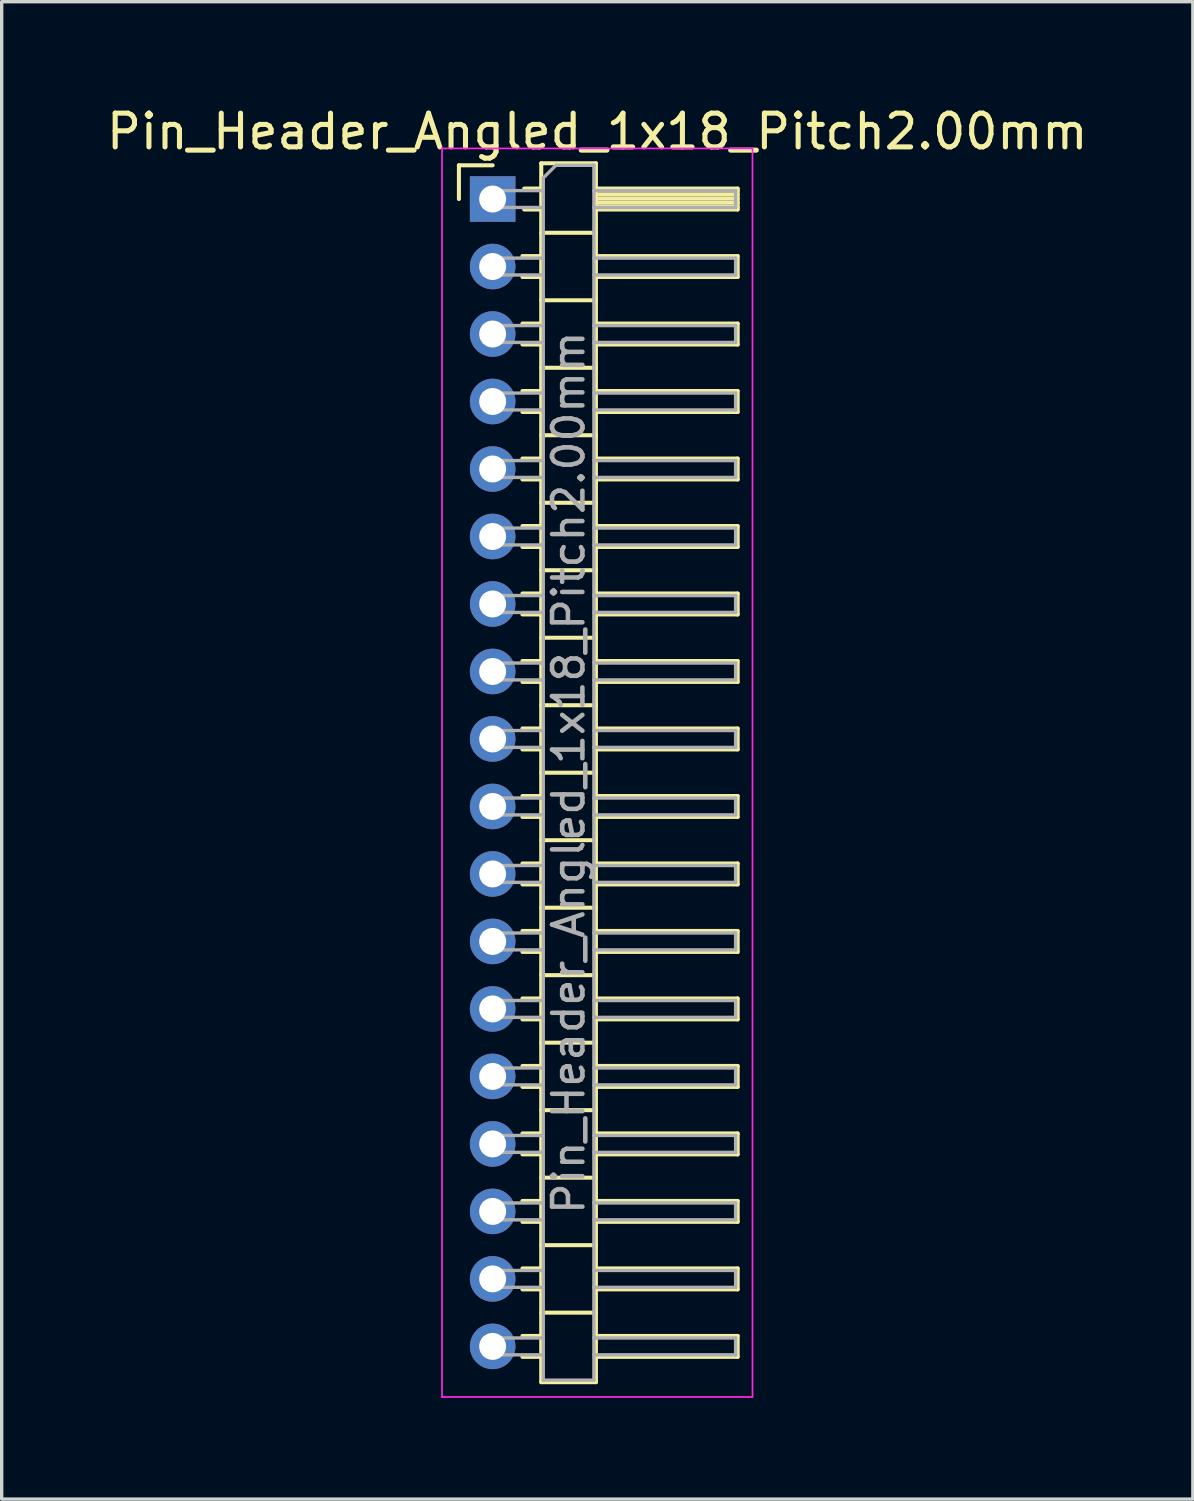
<source format=kicad_pcb>
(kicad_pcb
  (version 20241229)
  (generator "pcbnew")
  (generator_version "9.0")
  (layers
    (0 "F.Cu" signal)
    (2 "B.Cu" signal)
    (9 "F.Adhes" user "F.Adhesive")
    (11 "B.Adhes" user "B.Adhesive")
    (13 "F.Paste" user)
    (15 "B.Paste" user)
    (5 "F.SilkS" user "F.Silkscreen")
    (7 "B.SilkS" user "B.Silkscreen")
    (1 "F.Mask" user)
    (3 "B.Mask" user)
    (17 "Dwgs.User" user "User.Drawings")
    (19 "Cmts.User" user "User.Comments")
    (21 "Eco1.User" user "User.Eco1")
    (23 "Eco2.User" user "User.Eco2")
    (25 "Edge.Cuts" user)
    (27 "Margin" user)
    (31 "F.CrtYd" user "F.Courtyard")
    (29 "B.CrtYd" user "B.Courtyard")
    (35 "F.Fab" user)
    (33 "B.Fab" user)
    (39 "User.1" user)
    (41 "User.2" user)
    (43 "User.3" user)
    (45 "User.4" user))
  (footprint "Pin_Header_Angled_1x18_Pitch2.00mm"
    (layer "F.Cu")
    (at 11.549 2.848)
    (property "Reference" "Pin_Header_Angled_1x18_Pitch2.00mm" (at 3.1 -2 0) (layer "F.SilkS") (effects (font (size 1 1) (thickness 0.15))))
    (attr through_hole)
    (fp_line (start -1 -1) (end 0 -1) (stroke (width 0.12) (type solid)) (layer "F.SilkS"))
    (fp_line (start -1 0) (end -1 -1) (stroke (width 0.12) (type solid)) (layer "F.SilkS"))
    (fp_line (start 0.882 1.69) (end 1.44 1.69) (stroke (width 0.12) (type solid)) (layer "F.SilkS"))
    (fp_line (start 0.882 2.31) (end 1.44 2.31) (stroke (width 0.12) (type solid)) (layer "F.SilkS"))
    (fp_line (start 0.882 3.69) (end 1.44 3.69) (stroke (width 0.12) (type solid)) (layer "F.SilkS"))
    (fp_line (start 0.882 4.31) (end 1.44 4.31) (stroke (width 0.12) (type solid)) (layer "F.SilkS"))
    (fp_line (start 0.882 5.69) (end 1.44 5.69) (stroke (width 0.12) (type solid)) (layer "F.SilkS"))
    (fp_line (start 0.882 6.31) (end 1.44 6.31) (stroke (width 0.12) (type solid)) (layer "F.SilkS"))
    (fp_line (start 0.882 7.69) (end 1.44 7.69) (stroke (width 0.12) (type solid)) (layer "F.SilkS"))
    (fp_line (start 0.882 8.31) (end 1.44 8.31) (stroke (width 0.12) (type solid)) (layer "F.SilkS"))
    (fp_line (start 0.882 9.69) (end 1.44 9.69) (stroke (width 0.12) (type solid)) (layer "F.SilkS"))
    (fp_line (start 0.882 10.31) (end 1.44 10.31) (stroke (width 0.12) (type solid)) (layer "F.SilkS"))
    (fp_line (start 0.882 11.69) (end 1.44 11.69) (stroke (width 0.12) (type solid)) (layer "F.SilkS"))
    (fp_line (start 0.882 12.31) (end 1.44 12.31) (stroke (width 0.12) (type solid)) (layer "F.SilkS"))
    (fp_line (start 0.882 13.69) (end 1.44 13.69) (stroke (width 0.12) (type solid)) (layer "F.SilkS"))
    (fp_line (start 0.882 14.31) (end 1.44 14.31) (stroke (width 0.12) (type solid)) (layer "F.SilkS"))
    (fp_line (start 0.882 15.69) (end 1.44 15.69) (stroke (width 0.12) (type solid)) (layer "F.SilkS"))
    (fp_line (start 0.882 16.31) (end 1.44 16.31) (stroke (width 0.12) (type solid)) (layer "F.SilkS"))
    (fp_line (start 0.882 17.69) (end 1.44 17.69) (stroke (width 0.12) (type solid)) (layer "F.SilkS"))
    (fp_line (start 0.882 18.31) (end 1.44 18.31) (stroke (width 0.12) (type solid)) (layer "F.SilkS"))
    (fp_line (start 0.882 19.69) (end 1.44 19.69) (stroke (width 0.12) (type solid)) (layer "F.SilkS"))
    (fp_line (start 0.882 20.31) (end 1.44 20.31) (stroke (width 0.12) (type solid)) (layer "F.SilkS"))
    (fp_line (start 0.882 21.69) (end 1.44 21.69) (stroke (width 0.12) (type solid)) (layer "F.SilkS"))
    (fp_line (start 0.882 22.31) (end 1.44 22.31) (stroke (width 0.12) (type solid)) (layer "F.SilkS"))
    (fp_line (start 0.882 23.69) (end 1.44 23.69) (stroke (width 0.12) (type solid)) (layer "F.SilkS"))
    (fp_line (start 0.882 24.31) (end 1.44 24.31) (stroke (width 0.12) (type solid)) (layer "F.SilkS"))
    (fp_line (start 0.882 25.69) (end 1.44 25.69) (stroke (width 0.12) (type solid)) (layer "F.SilkS"))
    (fp_line (start 0.882 26.31) (end 1.44 26.31) (stroke (width 0.12) (type solid)) (layer "F.SilkS"))
    (fp_line (start 0.882 27.69) (end 1.44 27.69) (stroke (width 0.12) (type solid)) (layer "F.SilkS"))
    (fp_line (start 0.882 28.31) (end 1.44 28.31) (stroke (width 0.12) (type solid)) (layer "F.SilkS"))
    (fp_line (start 0.882 29.69) (end 1.44 29.69) (stroke (width 0.12) (type solid)) (layer "F.SilkS"))
    (fp_line (start 0.882 30.31) (end 1.44 30.31) (stroke (width 0.12) (type solid)) (layer "F.SilkS"))
    (fp_line (start 0.882 31.69) (end 1.44 31.69) (stroke (width 0.12) (type solid)) (layer "F.SilkS"))
    (fp_line (start 0.882 32.31) (end 1.44 32.31) (stroke (width 0.12) (type solid)) (layer "F.SilkS"))
    (fp_line (start 0.882 33.69) (end 1.44 33.69) (stroke (width 0.12) (type solid)) (layer "F.SilkS"))
    (fp_line (start 0.882 34.31) (end 1.44 34.31) (stroke (width 0.12) (type solid)) (layer "F.SilkS"))
    (fp_line (start 0.935 -0.31) (end 1.44 -0.31) (stroke (width 0.12) (type solid)) (layer "F.SilkS"))
    (fp_line (start 0.935 0.31) (end 1.44 0.31) (stroke (width 0.12) (type solid)) (layer "F.SilkS"))
    (fp_line (start 1.44 -1.06) (end 1.44 35.06) (stroke (width 0.12) (type solid)) (layer "F.SilkS"))
    (fp_line (start 1.44 1) (end 3.06 1) (stroke (width 0.12) (type solid)) (layer "F.SilkS"))
    (fp_line (start 1.44 3) (end 3.06 3) (stroke (width 0.12) (type solid)) (layer "F.SilkS"))
    (fp_line (start 1.44 5) (end 3.06 5) (stroke (width 0.12) (type solid)) (layer "F.SilkS"))
    (fp_line (start 1.44 7) (end 3.06 7) (stroke (width 0.12) (type solid)) (layer "F.SilkS"))
    (fp_line (start 1.44 9) (end 3.06 9) (stroke (width 0.12) (type solid)) (layer "F.SilkS"))
    (fp_line (start 1.44 11) (end 3.06 11) (stroke (width 0.12) (type solid)) (layer "F.SilkS"))
    (fp_line (start 1.44 13) (end 3.06 13) (stroke (width 0.12) (type solid)) (layer "F.SilkS"))
    (fp_line (start 1.44 15) (end 3.06 15) (stroke (width 0.12) (type solid)) (layer "F.SilkS"))
    (fp_line (start 1.44 17) (end 3.06 17) (stroke (width 0.12) (type solid)) (layer "F.SilkS"))
    (fp_line (start 1.44 19) (end 3.06 19) (stroke (width 0.12) (type solid)) (layer "F.SilkS"))
    (fp_line (start 1.44 21) (end 3.06 21) (stroke (width 0.12) (type solid)) (layer "F.SilkS"))
    (fp_line (start 1.44 23) (end 3.06 23) (stroke (width 0.12) (type solid)) (layer "F.SilkS"))
    (fp_line (start 1.44 25) (end 3.06 25) (stroke (width 0.12) (type solid)) (layer "F.SilkS"))
    (fp_line (start 1.44 27) (end 3.06 27) (stroke (width 0.12) (type solid)) (layer "F.SilkS"))
    (fp_line (start 1.44 29) (end 3.06 29) (stroke (width 0.12) (type solid)) (layer "F.SilkS"))
    (fp_line (start 1.44 31) (end 3.06 31) (stroke (width 0.12) (type solid)) (layer "F.SilkS"))
    (fp_line (start 1.44 33) (end 3.06 33) (stroke (width 0.12) (type solid)) (layer "F.SilkS"))
    (fp_line (start 1.44 35.06) (end 3.06 35.06) (stroke (width 0.12) (type solid)) (layer "F.SilkS"))
    (fp_line (start 3.06 -1.06) (end 1.44 -1.06) (stroke (width 0.12) (type solid)) (layer "F.SilkS"))
    (fp_line (start 3.06 -0.31) (end 7.26 -0.31) (stroke (width 0.12) (type solid)) (layer "F.SilkS"))
    (fp_line (start 3.06 -0.25) (end 7.26 -0.25) (stroke (width 0.12) (type solid)) (layer "F.SilkS"))
    (fp_line (start 3.06 -0.13) (end 7.26 -0.13) (stroke (width 0.12) (type solid)) (layer "F.SilkS"))
    (fp_line (start 3.06 -0.01) (end 7.26 -0.01) (stroke (width 0.12) (type solid)) (layer "F.SilkS"))
    (fp_line (start 3.06 0.11) (end 7.26 0.11) (stroke (width 0.12) (type solid)) (layer "F.SilkS"))
    (fp_line (start 3.06 0.23) (end 7.26 0.23) (stroke (width 0.12) (type solid)) (layer "F.SilkS"))
    (fp_line (start 3.06 1.69) (end 7.26 1.69) (stroke (width 0.12) (type solid)) (layer "F.SilkS"))
    (fp_line (start 3.06 3.69) (end 7.26 3.69) (stroke (width 0.12) (type solid)) (layer "F.SilkS"))
    (fp_line (start 3.06 5.69) (end 7.26 5.69) (stroke (width 0.12) (type solid)) (layer "F.SilkS"))
    (fp_line (start 3.06 7.69) (end 7.26 7.69) (stroke (width 0.12) (type solid)) (layer "F.SilkS"))
    (fp_line (start 3.06 9.69) (end 7.26 9.69) (stroke (width 0.12) (type solid)) (layer "F.SilkS"))
    (fp_line (start 3.06 11.69) (end 7.26 11.69) (stroke (width 0.12) (type solid)) (layer "F.SilkS"))
    (fp_line (start 3.06 13.69) (end 7.26 13.69) (stroke (width 0.12) (type solid)) (layer "F.SilkS"))
    (fp_line (start 3.06 15.69) (end 7.26 15.69) (stroke (width 0.12) (type solid)) (layer "F.SilkS"))
    (fp_line (start 3.06 17.69) (end 7.26 17.69) (stroke (width 0.12) (type solid)) (layer "F.SilkS"))
    (fp_line (start 3.06 19.69) (end 7.26 19.69) (stroke (width 0.12) (type solid)) (layer "F.SilkS"))
    (fp_line (start 3.06 21.69) (end 7.26 21.69) (stroke (width 0.12) (type solid)) (layer "F.SilkS"))
    (fp_line (start 3.06 23.69) (end 7.26 23.69) (stroke (width 0.12) (type solid)) (layer "F.SilkS"))
    (fp_line (start 3.06 25.69) (end 7.26 25.69) (stroke (width 0.12) (type solid)) (layer "F.SilkS"))
    (fp_line (start 3.06 27.69) (end 7.26 27.69) (stroke (width 0.12) (type solid)) (layer "F.SilkS"))
    (fp_line (start 3.06 29.69) (end 7.26 29.69) (stroke (width 0.12) (type solid)) (layer "F.SilkS"))
    (fp_line (start 3.06 31.69) (end 7.26 31.69) (stroke (width 0.12) (type solid)) (layer "F.SilkS"))
    (fp_line (start 3.06 33.69) (end 7.26 33.69) (stroke (width 0.12) (type solid)) (layer "F.SilkS"))
    (fp_line (start 3.06 35.06) (end 3.06 -1.06) (stroke (width 0.12) (type solid)) (layer "F.SilkS"))
    (fp_line (start 7.26 -0.31) (end 7.26 0.31) (stroke (width 0.12) (type solid)) (layer "F.SilkS"))
    (fp_line (start 7.26 0.31) (end 3.06 0.31) (stroke (width 0.12) (type solid)) (layer "F.SilkS"))
    (fp_line (start 7.26 1.69) (end 7.26 2.31) (stroke (width 0.12) (type solid)) (layer "F.SilkS"))
    (fp_line (start 7.26 2.31) (end 3.06 2.31) (stroke (width 0.12) (type solid)) (layer "F.SilkS"))
    (fp_line (start 7.26 3.69) (end 7.26 4.31) (stroke (width 0.12) (type solid)) (layer "F.SilkS"))
    (fp_line (start 7.26 4.31) (end 3.06 4.31) (stroke (width 0.12) (type solid)) (layer "F.SilkS"))
    (fp_line (start 7.26 5.69) (end 7.26 6.31) (stroke (width 0.12) (type solid)) (layer "F.SilkS"))
    (fp_line (start 7.26 6.31) (end 3.06 6.31) (stroke (width 0.12) (type solid)) (layer "F.SilkS"))
    (fp_line (start 7.26 7.69) (end 7.26 8.31) (stroke (width 0.12) (type solid)) (layer "F.SilkS"))
    (fp_line (start 7.26 8.31) (end 3.06 8.31) (stroke (width 0.12) (type solid)) (layer "F.SilkS"))
    (fp_line (start 7.26 9.69) (end 7.26 10.31) (stroke (width 0.12) (type solid)) (layer "F.SilkS"))
    (fp_line (start 7.26 10.31) (end 3.06 10.31) (stroke (width 0.12) (type solid)) (layer "F.SilkS"))
    (fp_line (start 7.26 11.69) (end 7.26 12.31) (stroke (width 0.12) (type solid)) (layer "F.SilkS"))
    (fp_line (start 7.26 12.31) (end 3.06 12.31) (stroke (width 0.12) (type solid)) (layer "F.SilkS"))
    (fp_line (start 7.26 13.69) (end 7.26 14.31) (stroke (width 0.12) (type solid)) (layer "F.SilkS"))
    (fp_line (start 7.26 14.31) (end 3.06 14.31) (stroke (width 0.12) (type solid)) (layer "F.SilkS"))
    (fp_line (start 7.26 15.69) (end 7.26 16.31) (stroke (width 0.12) (type solid)) (layer "F.SilkS"))
    (fp_line (start 7.26 16.31) (end 3.06 16.31) (stroke (width 0.12) (type solid)) (layer "F.SilkS"))
    (fp_line (start 7.26 17.69) (end 7.26 18.31) (stroke (width 0.12) (type solid)) (layer "F.SilkS"))
    (fp_line (start 7.26 18.31) (end 3.06 18.31) (stroke (width 0.12) (type solid)) (layer "F.SilkS"))
    (fp_line (start 7.26 19.69) (end 7.26 20.31) (stroke (width 0.12) (type solid)) (layer "F.SilkS"))
    (fp_line (start 7.26 20.31) (end 3.06 20.31) (stroke (width 0.12) (type solid)) (layer "F.SilkS"))
    (fp_line (start 7.26 21.69) (end 7.26 22.31) (stroke (width 0.12) (type solid)) (layer "F.SilkS"))
    (fp_line (start 7.26 22.31) (end 3.06 22.31) (stroke (width 0.12) (type solid)) (layer "F.SilkS"))
    (fp_line (start 7.26 23.69) (end 7.26 24.31) (stroke (width 0.12) (type solid)) (layer "F.SilkS"))
    (fp_line (start 7.26 24.31) (end 3.06 24.31) (stroke (width 0.12) (type solid)) (layer "F.SilkS"))
    (fp_line (start 7.26 25.69) (end 7.26 26.31) (stroke (width 0.12) (type solid)) (layer "F.SilkS"))
    (fp_line (start 7.26 26.31) (end 3.06 26.31) (stroke (width 0.12) (type solid)) (layer "F.SilkS"))
    (fp_line (start 7.26 27.69) (end 7.26 28.31) (stroke (width 0.12) (type solid)) (layer "F.SilkS"))
    (fp_line (start 7.26 28.31) (end 3.06 28.31) (stroke (width 0.12) (type solid)) (layer "F.SilkS"))
    (fp_line (start 7.26 29.69) (end 7.26 30.31) (stroke (width 0.12) (type solid)) (layer "F.SilkS"))
    (fp_line (start 7.26 30.31) (end 3.06 30.31) (stroke (width 0.12) (type solid)) (layer "F.SilkS"))
    (fp_line (start 7.26 31.69) (end 7.26 32.31) (stroke (width 0.12) (type solid)) (layer "F.SilkS"))
    (fp_line (start 7.26 32.31) (end 3.06 32.31) (stroke (width 0.12) (type solid)) (layer "F.SilkS"))
    (fp_line (start 7.26 33.69) (end 7.26 34.31) (stroke (width 0.12) (type solid)) (layer "F.SilkS"))
    (fp_line (start 7.26 34.31) (end 3.06 34.31) (stroke (width 0.12) (type solid)) (layer "F.SilkS"))
    (fp_line (start -1.5 -1.5) (end -1.5 35.5) (stroke (width 0.05) (type solid)) (layer "F.CrtYd"))
    (fp_line (start -1.5 35.5) (end 7.7 35.5) (stroke (width 0.05) (type solid)) (layer "F.CrtYd"))
    (fp_line (start 7.7 -1.5) (end -1.5 -1.5) (stroke (width 0.05) (type solid)) (layer "F.CrtYd"))
    (fp_line (start 7.7 35.5) (end 7.7 -1.5) (stroke (width 0.05) (type solid)) (layer "F.CrtYd"))
    (fp_line (start -0.25 -0.25) (end -0.25 0.25) (stroke (width 0.1) (type solid)) (layer "F.Fab"))
    (fp_line (start -0.25 -0.25) (end 1.5 -0.25) (stroke (width 0.1) (type solid)) (layer "F.Fab"))
    (fp_line (start -0.25 0.25) (end 1.5 0.25) (stroke (width 0.1) (type solid)) (layer "F.Fab"))
    (fp_line (start -0.25 1.75) (end -0.25 2.25) (stroke (width 0.1) (type solid)) (layer "F.Fab"))
    (fp_line (start -0.25 1.75) (end 1.5 1.75) (stroke (width 0.1) (type solid)) (layer "F.Fab"))
    (fp_line (start -0.25 2.25) (end 1.5 2.25) (stroke (width 0.1) (type solid)) (layer "F.Fab"))
    (fp_line (start -0.25 3.75) (end -0.25 4.25) (stroke (width 0.1) (type solid)) (layer "F.Fab"))
    (fp_line (start -0.25 3.75) (end 1.5 3.75) (stroke (width 0.1) (type solid)) (layer "F.Fab"))
    (fp_line (start -0.25 4.25) (end 1.5 4.25) (stroke (width 0.1) (type solid)) (layer "F.Fab"))
    (fp_line (start -0.25 5.75) (end -0.25 6.25) (stroke (width 0.1) (type solid)) (layer "F.Fab"))
    (fp_line (start -0.25 5.75) (end 1.5 5.75) (stroke (width 0.1) (type solid)) (layer "F.Fab"))
    (fp_line (start -0.25 6.25) (end 1.5 6.25) (stroke (width 0.1) (type solid)) (layer "F.Fab"))
    (fp_line (start -0.25 7.75) (end -0.25 8.25) (stroke (width 0.1) (type solid)) (layer "F.Fab"))
    (fp_line (start -0.25 7.75) (end 1.5 7.75) (stroke (width 0.1) (type solid)) (layer "F.Fab"))
    (fp_line (start -0.25 8.25) (end 1.5 8.25) (stroke (width 0.1) (type solid)) (layer "F.Fab"))
    (fp_line (start -0.25 9.75) (end -0.25 10.25) (stroke (width 0.1) (type solid)) (layer "F.Fab"))
    (fp_line (start -0.25 9.75) (end 1.5 9.75) (stroke (width 0.1) (type solid)) (layer "F.Fab"))
    (fp_line (start -0.25 10.25) (end 1.5 10.25) (stroke (width 0.1) (type solid)) (layer "F.Fab"))
    (fp_line (start -0.25 11.75) (end -0.25 12.25) (stroke (width 0.1) (type solid)) (layer "F.Fab"))
    (fp_line (start -0.25 11.75) (end 1.5 11.75) (stroke (width 0.1) (type solid)) (layer "F.Fab"))
    (fp_line (start -0.25 12.25) (end 1.5 12.25) (stroke (width 0.1) (type solid)) (layer "F.Fab"))
    (fp_line (start -0.25 13.75) (end -0.25 14.25) (stroke (width 0.1) (type solid)) (layer "F.Fab"))
    (fp_line (start -0.25 13.75) (end 1.5 13.75) (stroke (width 0.1) (type solid)) (layer "F.Fab"))
    (fp_line (start -0.25 14.25) (end 1.5 14.25) (stroke (width 0.1) (type solid)) (layer "F.Fab"))
    (fp_line (start -0.25 15.75) (end -0.25 16.25) (stroke (width 0.1) (type solid)) (layer "F.Fab"))
    (fp_line (start -0.25 15.75) (end 1.5 15.75) (stroke (width 0.1) (type solid)) (layer "F.Fab"))
    (fp_line (start -0.25 16.25) (end 1.5 16.25) (stroke (width 0.1) (type solid)) (layer "F.Fab"))
    (fp_line (start -0.25 17.75) (end -0.25 18.25) (stroke (width 0.1) (type solid)) (layer "F.Fab"))
    (fp_line (start -0.25 17.75) (end 1.5 17.75) (stroke (width 0.1) (type solid)) (layer "F.Fab"))
    (fp_line (start -0.25 18.25) (end 1.5 18.25) (stroke (width 0.1) (type solid)) (layer "F.Fab"))
    (fp_line (start -0.25 19.75) (end -0.25 20.25) (stroke (width 0.1) (type solid)) (layer "F.Fab"))
    (fp_line (start -0.25 19.75) (end 1.5 19.75) (stroke (width 0.1) (type solid)) (layer "F.Fab"))
    (fp_line (start -0.25 20.25) (end 1.5 20.25) (stroke (width 0.1) (type solid)) (layer "F.Fab"))
    (fp_line (start -0.25 21.75) (end -0.25 22.25) (stroke (width 0.1) (type solid)) (layer "F.Fab"))
    (fp_line (start -0.25 21.75) (end 1.5 21.75) (stroke (width 0.1) (type solid)) (layer "F.Fab"))
    (fp_line (start -0.25 22.25) (end 1.5 22.25) (stroke (width 0.1) (type solid)) (layer "F.Fab"))
    (fp_line (start -0.25 23.75) (end -0.25 24.25) (stroke (width 0.1) (type solid)) (layer "F.Fab"))
    (fp_line (start -0.25 23.75) (end 1.5 23.75) (stroke (width 0.1) (type solid)) (layer "F.Fab"))
    (fp_line (start -0.25 24.25) (end 1.5 24.25) (stroke (width 0.1) (type solid)) (layer "F.Fab"))
    (fp_line (start -0.25 25.75) (end -0.25 26.25) (stroke (width 0.1) (type solid)) (layer "F.Fab"))
    (fp_line (start -0.25 25.75) (end 1.5 25.75) (stroke (width 0.1) (type solid)) (layer "F.Fab"))
    (fp_line (start -0.25 26.25) (end 1.5 26.25) (stroke (width 0.1) (type solid)) (layer "F.Fab"))
    (fp_line (start -0.25 27.75) (end -0.25 28.25) (stroke (width 0.1) (type solid)) (layer "F.Fab"))
    (fp_line (start -0.25 27.75) (end 1.5 27.75) (stroke (width 0.1) (type solid)) (layer "F.Fab"))
    (fp_line (start -0.25 28.25) (end 1.5 28.25) (stroke (width 0.1) (type solid)) (layer "F.Fab"))
    (fp_line (start -0.25 29.75) (end -0.25 30.25) (stroke (width 0.1) (type solid)) (layer "F.Fab"))
    (fp_line (start -0.25 29.75) (end 1.5 29.75) (stroke (width 0.1) (type solid)) (layer "F.Fab"))
    (fp_line (start -0.25 30.25) (end 1.5 30.25) (stroke (width 0.1) (type solid)) (layer "F.Fab"))
    (fp_line (start -0.25 31.75) (end -0.25 32.25) (stroke (width 0.1) (type solid)) (layer "F.Fab"))
    (fp_line (start -0.25 31.75) (end 1.5 31.75) (stroke (width 0.1) (type solid)) (layer "F.Fab"))
    (fp_line (start -0.25 32.25) (end 1.5 32.25) (stroke (width 0.1) (type solid)) (layer "F.Fab"))
    (fp_line (start -0.25 33.75) (end -0.25 34.25) (stroke (width 0.1) (type solid)) (layer "F.Fab"))
    (fp_line (start -0.25 33.75) (end 1.5 33.75) (stroke (width 0.1) (type solid)) (layer "F.Fab"))
    (fp_line (start -0.25 34.25) (end 1.5 34.25) (stroke (width 0.1) (type solid)) (layer "F.Fab"))
    (fp_line (start 1.5 -0.625) (end 1.875 -1) (stroke (width 0.1) (type solid)) (layer "F.Fab"))
    (fp_line (start 1.5 35) (end 1.5 -0.625) (stroke (width 0.1) (type solid)) (layer "F.Fab"))
    (fp_line (start 1.875 -1) (end 3 -1) (stroke (width 0.1) (type solid)) (layer "F.Fab"))
    (fp_line (start 3 -1) (end 3 35) (stroke (width 0.1) (type solid)) (layer "F.Fab"))
    (fp_line (start 3 -0.25) (end 7.2 -0.25) (stroke (width 0.1) (type solid)) (layer "F.Fab"))
    (fp_line (start 3 0.25) (end 7.2 0.25) (stroke (width 0.1) (type solid)) (layer "F.Fab"))
    (fp_line (start 3 1.75) (end 7.2 1.75) (stroke (width 0.1) (type solid)) (layer "F.Fab"))
    (fp_line (start 3 2.25) (end 7.2 2.25) (stroke (width 0.1) (type solid)) (layer "F.Fab"))
    (fp_line (start 3 3.75) (end 7.2 3.75) (stroke (width 0.1) (type solid)) (layer "F.Fab"))
    (fp_line (start 3 4.25) (end 7.2 4.25) (stroke (width 0.1) (type solid)) (layer "F.Fab"))
    (fp_line (start 3 5.75) (end 7.2 5.75) (stroke (width 0.1) (type solid)) (layer "F.Fab"))
    (fp_line (start 3 6.25) (end 7.2 6.25) (stroke (width 0.1) (type solid)) (layer "F.Fab"))
    (fp_line (start 3 7.75) (end 7.2 7.75) (stroke (width 0.1) (type solid)) (layer "F.Fab"))
    (fp_line (start 3 8.25) (end 7.2 8.25) (stroke (width 0.1) (type solid)) (layer "F.Fab"))
    (fp_line (start 3 9.75) (end 7.2 9.75) (stroke (width 0.1) (type solid)) (layer "F.Fab"))
    (fp_line (start 3 10.25) (end 7.2 10.25) (stroke (width 0.1) (type solid)) (layer "F.Fab"))
    (fp_line (start 3 11.75) (end 7.2 11.75) (stroke (width 0.1) (type solid)) (layer "F.Fab"))
    (fp_line (start 3 12.25) (end 7.2 12.25) (stroke (width 0.1) (type solid)) (layer "F.Fab"))
    (fp_line (start 3 13.75) (end 7.2 13.75) (stroke (width 0.1) (type solid)) (layer "F.Fab"))
    (fp_line (start 3 14.25) (end 7.2 14.25) (stroke (width 0.1) (type solid)) (layer "F.Fab"))
    (fp_line (start 3 15.75) (end 7.2 15.75) (stroke (width 0.1) (type solid)) (layer "F.Fab"))
    (fp_line (start 3 16.25) (end 7.2 16.25) (stroke (width 0.1) (type solid)) (layer "F.Fab"))
    (fp_line (start 3 17.75) (end 7.2 17.75) (stroke (width 0.1) (type solid)) (layer "F.Fab"))
    (fp_line (start 3 18.25) (end 7.2 18.25) (stroke (width 0.1) (type solid)) (layer "F.Fab"))
    (fp_line (start 3 19.75) (end 7.2 19.75) (stroke (width 0.1) (type solid)) (layer "F.Fab"))
    (fp_line (start 3 20.25) (end 7.2 20.25) (stroke (width 0.1) (type solid)) (layer "F.Fab"))
    (fp_line (start 3 21.75) (end 7.2 21.75) (stroke (width 0.1) (type solid)) (layer "F.Fab"))
    (fp_line (start 3 22.25) (end 7.2 22.25) (stroke (width 0.1) (type solid)) (layer "F.Fab"))
    (fp_line (start 3 23.75) (end 7.2 23.75) (stroke (width 0.1) (type solid)) (layer "F.Fab"))
    (fp_line (start 3 24.25) (end 7.2 24.25) (stroke (width 0.1) (type solid)) (layer "F.Fab"))
    (fp_line (start 3 25.75) (end 7.2 25.75) (stroke (width 0.1) (type solid)) (layer "F.Fab"))
    (fp_line (start 3 26.25) (end 7.2 26.25) (stroke (width 0.1) (type solid)) (layer "F.Fab"))
    (fp_line (start 3 27.75) (end 7.2 27.75) (stroke (width 0.1) (type solid)) (layer "F.Fab"))
    (fp_line (start 3 28.25) (end 7.2 28.25) (stroke (width 0.1) (type solid)) (layer "F.Fab"))
    (fp_line (start 3 29.75) (end 7.2 29.75) (stroke (width 0.1) (type solid)) (layer "F.Fab"))
    (fp_line (start 3 30.25) (end 7.2 30.25) (stroke (width 0.1) (type solid)) (layer "F.Fab"))
    (fp_line (start 3 31.75) (end 7.2 31.75) (stroke (width 0.1) (type solid)) (layer "F.Fab"))
    (fp_line (start 3 32.25) (end 7.2 32.25) (stroke (width 0.1) (type solid)) (layer "F.Fab"))
    (fp_line (start 3 33.75) (end 7.2 33.75) (stroke (width 0.1) (type solid)) (layer "F.Fab"))
    (fp_line (start 3 34.25) (end 7.2 34.25) (stroke (width 0.1) (type solid)) (layer "F.Fab"))
    (fp_line (start 3 35) (end 1.5 35) (stroke (width 0.1) (type solid)) (layer "F.Fab"))
    (fp_line (start 7.2 -0.25) (end 7.2 0.25) (stroke (width 0.1) (type solid)) (layer "F.Fab"))
    (fp_line (start 7.2 1.75) (end 7.2 2.25) (stroke (width 0.1) (type solid)) (layer "F.Fab"))
    (fp_line (start 7.2 3.75) (end 7.2 4.25) (stroke (width 0.1) (type solid)) (layer "F.Fab"))
    (fp_line (start 7.2 5.75) (end 7.2 6.25) (stroke (width 0.1) (type solid)) (layer "F.Fab"))
    (fp_line (start 7.2 7.75) (end 7.2 8.25) (stroke (width 0.1) (type solid)) (layer "F.Fab"))
    (fp_line (start 7.2 9.75) (end 7.2 10.25) (stroke (width 0.1) (type solid)) (layer "F.Fab"))
    (fp_line (start 7.2 11.75) (end 7.2 12.25) (stroke (width 0.1) (type solid)) (layer "F.Fab"))
    (fp_line (start 7.2 13.75) (end 7.2 14.25) (stroke (width 0.1) (type solid)) (layer "F.Fab"))
    (fp_line (start 7.2 15.75) (end 7.2 16.25) (stroke (width 0.1) (type solid)) (layer "F.Fab"))
    (fp_line (start 7.2 17.75) (end 7.2 18.25) (stroke (width 0.1) (type solid)) (layer "F.Fab"))
    (fp_line (start 7.2 19.75) (end 7.2 20.25) (stroke (width 0.1) (type solid)) (layer "F.Fab"))
    (fp_line (start 7.2 21.75) (end 7.2 22.25) (stroke (width 0.1) (type solid)) (layer "F.Fab"))
    (fp_line (start 7.2 23.75) (end 7.2 24.25) (stroke (width 0.1) (type solid)) (layer "F.Fab"))
    (fp_line (start 7.2 25.75) (end 7.2 26.25) (stroke (width 0.1) (type solid)) (layer "F.Fab"))
    (fp_line (start 7.2 27.75) (end 7.2 28.25) (stroke (width 0.1) (type solid)) (layer "F.Fab"))
    (fp_line (start 7.2 29.75) (end 7.2 30.25) (stroke (width 0.1) (type solid)) (layer "F.Fab"))
    (fp_line (start 7.2 31.75) (end 7.2 32.25) (stroke (width 0.1) (type solid)) (layer "F.Fab"))
    (fp_line (start 7.2 33.75) (end 7.2 34.25) (stroke (width 0.1) (type solid)) (layer "F.Fab"))
    (fp_text user "${REFERENCE}" (at 2.25 17 90) (layer "F.Fab") (effects (font (size 0.9 0.9) (thickness 0.135))))
    (pad "1" thru_hole rect (at 0 0) (size 1.35 1.35) (drill 0.8) (layers "*.Cu" "*.Mask"))
    (pad "2" thru_hole oval (at 0 2) (size 1.35 1.35) (drill 0.8) (layers "*.Cu" "*.Mask"))
    (pad "3" thru_hole oval (at 0 4) (size 1.35 1.35) (drill 0.8) (layers "*.Cu" "*.Mask"))
    (pad "4" thru_hole oval (at 0 6) (size 1.35 1.35) (drill 0.8) (layers "*.Cu" "*.Mask"))
    (pad "5" thru_hole oval (at 0 8) (size 1.35 1.35) (drill 0.8) (layers "*.Cu" "*.Mask"))
    (pad "6" thru_hole oval (at 0 10) (size 1.35 1.35) (drill 0.8) (layers "*.Cu" "*.Mask"))
    (pad "7" thru_hole oval (at 0 12) (size 1.35 1.35) (drill 0.8) (layers "*.Cu" "*.Mask"))
    (pad "8" thru_hole oval (at 0 14) (size 1.35 1.35) (drill 0.8) (layers "*.Cu" "*.Mask"))
    (pad "9" thru_hole oval (at 0 16) (size 1.35 1.35) (drill 0.8) (layers "*.Cu" "*.Mask"))
    (pad "10" thru_hole oval (at 0 18) (size 1.35 1.35) (drill 0.8) (layers "*.Cu" "*.Mask"))
    (pad "11" thru_hole oval (at 0 20) (size 1.35 1.35) (drill 0.8) (layers "*.Cu" "*.Mask"))
    (pad "12" thru_hole oval (at 0 22) (size 1.35 1.35) (drill 0.8) (layers "*.Cu" "*.Mask"))
    (pad "13" thru_hole oval (at 0 24) (size 1.35 1.35) (drill 0.8) (layers "*.Cu" "*.Mask"))
    (pad "14" thru_hole oval (at 0 26) (size 1.35 1.35) (drill 0.8) (layers "*.Cu" "*.Mask"))
    (pad "15" thru_hole oval (at 0 28) (size 1.35 1.35) (drill 0.8) (layers "*.Cu" "*.Mask"))
    (pad "16" thru_hole oval (at 0 30) (size 1.35 1.35) (drill 0.8) (layers "*.Cu" "*.Mask"))
    (pad "17" thru_hole oval (at 0 32) (size 1.35 1.35) (drill 0.8) (layers "*.Cu" "*.Mask"))
    (pad "18" thru_hole oval (at 0 34) (size 1.35 1.35) (drill 0.8) (layers "*.Cu" "*.Mask")))
  (gr_rect
    (start -3 -3)
    (end 32.298 41.373)
    (stroke (width 0.1) (type default))
    (fill no)
    (layer "Edge.Cuts")))
</source>
